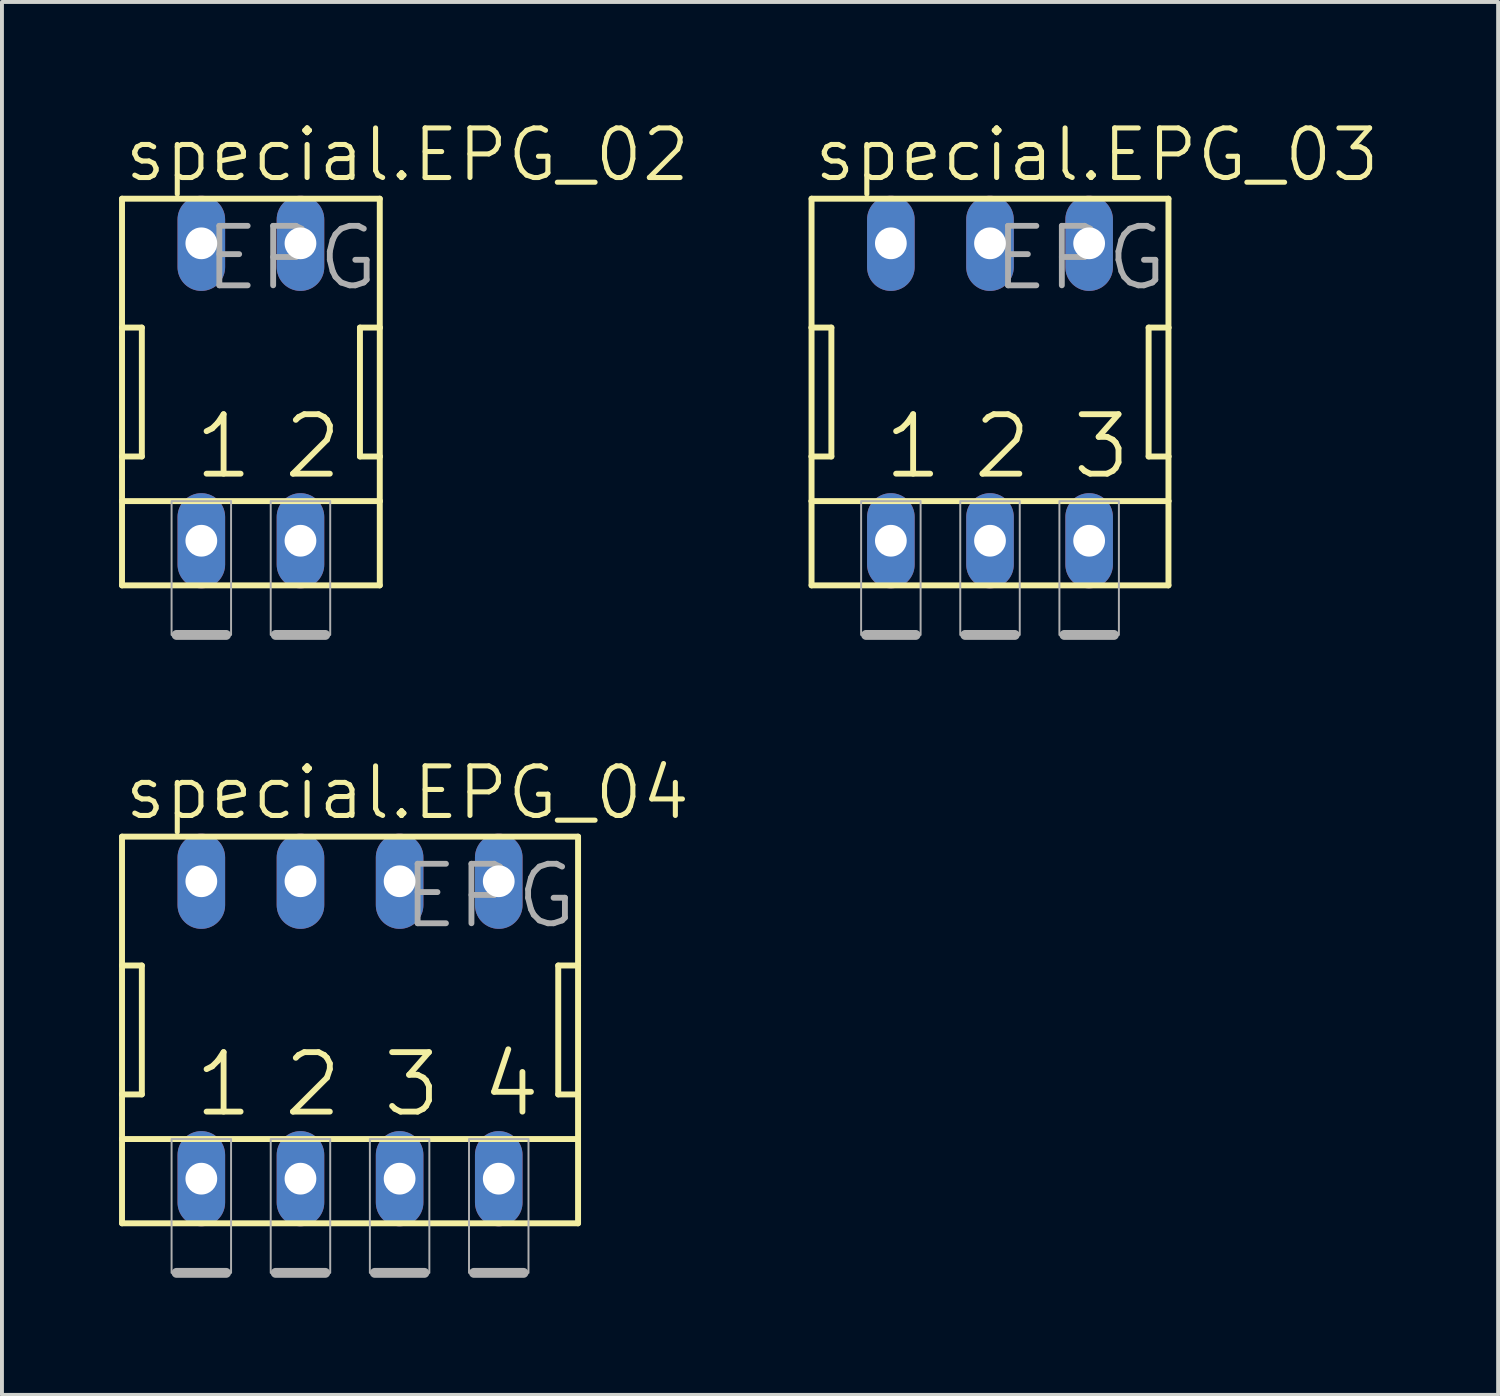
<source format=kicad_pcb>
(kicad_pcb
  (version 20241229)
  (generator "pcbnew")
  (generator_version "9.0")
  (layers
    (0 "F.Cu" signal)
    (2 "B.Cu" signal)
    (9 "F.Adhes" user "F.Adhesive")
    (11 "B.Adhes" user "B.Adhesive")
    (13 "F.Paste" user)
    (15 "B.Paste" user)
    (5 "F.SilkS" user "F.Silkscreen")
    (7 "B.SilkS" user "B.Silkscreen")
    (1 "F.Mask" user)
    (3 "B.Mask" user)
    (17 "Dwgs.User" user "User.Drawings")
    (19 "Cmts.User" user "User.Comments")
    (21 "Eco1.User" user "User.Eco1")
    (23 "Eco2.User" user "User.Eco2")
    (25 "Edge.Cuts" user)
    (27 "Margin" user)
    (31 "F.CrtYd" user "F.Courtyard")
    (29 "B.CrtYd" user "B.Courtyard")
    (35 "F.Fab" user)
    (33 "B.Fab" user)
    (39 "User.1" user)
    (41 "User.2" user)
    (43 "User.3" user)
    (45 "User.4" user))
  (footprint "special.EPG_02"
    (layer "F.Cu")
    (at 3.378 6.994)
    (property "Reference" "special.EPG_02" (at -3.302 -5.334 0) (layer "F.SilkS") (effects (font (size 1.27 1.27) (thickness 0.13)) (justify left bottom)))
    (attr through_hole)
    (fp_line (start -3.302 -4.953) (end -3.302 -1.651) (stroke (width 0.152) (type default)) (layer "F.SilkS"))
    (fp_line (start -3.302 -1.651) (end -3.302 1.651) (stroke (width 0.152) (type default)) (layer "F.SilkS"))
    (fp_line (start -3.302 1.651) (end -3.302 2.794) (stroke (width 0.152) (type default)) (layer "F.SilkS"))
    (fp_line (start -3.302 1.651) (end -2.794 1.651) (stroke (width 0.152) (type default)) (layer "F.SilkS"))
    (fp_line (start -3.302 2.794) (end -3.302 4.953) (stroke (width 0.152) (type default)) (layer "F.SilkS"))
    (fp_line (start -3.302 2.794) (end 3.302 2.794) (stroke (width 0.152) (type default)) (layer "F.SilkS"))
    (fp_line (start -3.302 4.953) (end 3.302 4.953) (stroke (width 0.152) (type default)) (layer "F.SilkS"))
    (fp_line (start -2.794 -1.651) (end -3.302 -1.651) (stroke (width 0.152) (type default)) (layer "F.SilkS"))
    (fp_line (start -2.794 1.651) (end -2.794 -1.651) (stroke (width 0.152) (type default)) (layer "F.SilkS"))
    (fp_line (start 2.794 -1.651) (end 2.794 1.651) (stroke (width 0.152) (type default)) (layer "F.SilkS"))
    (fp_line (start 2.794 1.651) (end 3.302 1.651) (stroke (width 0.152) (type default)) (layer "F.SilkS"))
    (fp_line (start 3.302 -4.953) (end -3.302 -4.953) (stroke (width 0.152) (type default)) (layer "F.SilkS"))
    (fp_line (start 3.302 -1.651) (end 2.794 -1.651) (stroke (width 0.152) (type default)) (layer "F.SilkS"))
    (fp_line (start 3.302 -1.651) (end 3.302 -4.953) (stroke (width 0.152) (type default)) (layer "F.SilkS"))
    (fp_line (start 3.302 1.651) (end 3.302 -1.651) (stroke (width 0.152) (type default)) (layer "F.SilkS"))
    (fp_line (start 3.302 2.794) (end 3.302 1.651) (stroke (width 0.152) (type default)) (layer "F.SilkS"))
    (fp_line (start 3.302 4.953) (end 3.302 2.794) (stroke (width 0.152) (type default)) (layer "F.SilkS"))
    (fp_line (start -1.905 6.223) (end -0.635 6.223) (stroke (width 0.254) (type default)) (layer "F.Fab"))
    (fp_line (start 0.635 6.223) (end 1.905 6.223) (stroke (width 0.254) (type default)) (layer "F.Fab"))
    (fp_rect (start -2.032 6.223) (end -0.508 2.794) (stroke (width 0.05) (type default)) (fill no) (layer "F.Fab"))
    (fp_rect (start 0.508 6.223) (end 2.032 2.794) (stroke (width 0.05) (type default)) (fill no) (layer "F.Fab"))
    (fp_text user "1" (at -1.524 2.286 0) (layer "F.SilkS") (effects (font (size 1.524 1.524) (thickness 0.15)) (justify left bottom)))
    (fp_text user "2" (at 0.762 2.286 0) (layer "F.SilkS") (effects (font (size 1.524 1.524) (thickness 0.15)) (justify left bottom)))
    (fp_text user "EPG" (at -1.27 -2.54 0) (layer "F.Fab") (effects (font (size 1.524 1.524) (thickness 0.15)) (justify left bottom)))
    (pad "1" thru_hole oval (at -1.27 3.81 90) (size 2.438 1.219) (drill 0.813) (layers "*.Cu" "*.Mask"))
    (pad "2" thru_hole oval (at 1.27 3.81 90) (size 2.438 1.219) (drill 0.813) (layers "*.Cu" "*.Mask"))
    (pad "3" thru_hole oval (at 1.27 -3.81 90) (size 2.438 1.219) (drill 0.813) (layers "*.Cu" "*.Mask"))
    (pad "4" thru_hole oval (at -1.27 -3.81 90) (size 2.438 1.219) (drill 0.813) (layers "*.Cu" "*.Mask")))
  (footprint "special.EPG_03"
    (layer "F.Cu")
    (at 22.314 6.994)
    (property "Reference" "special.EPG_03" (at -4.572 -5.334 0) (layer "F.SilkS") (effects (font (size 1.27 1.27) (thickness 0.13)) (justify left bottom)))
    (attr through_hole)
    (fp_line (start -4.572 -4.953) (end -4.572 -1.651) (stroke (width 0.152) (type default)) (layer "F.SilkS"))
    (fp_line (start -4.572 -1.651) (end -4.572 1.651) (stroke (width 0.152) (type default)) (layer "F.SilkS"))
    (fp_line (start -4.572 1.651) (end -4.572 2.794) (stroke (width 0.152) (type default)) (layer "F.SilkS"))
    (fp_line (start -4.572 1.651) (end -4.064 1.651) (stroke (width 0.152) (type default)) (layer "F.SilkS"))
    (fp_line (start -4.572 2.794) (end -4.572 4.953) (stroke (width 0.152) (type default)) (layer "F.SilkS"))
    (fp_line (start -4.572 2.794) (end 4.572 2.794) (stroke (width 0.152) (type default)) (layer "F.SilkS"))
    (fp_line (start -4.572 4.953) (end 4.572 4.953) (stroke (width 0.152) (type default)) (layer "F.SilkS"))
    (fp_line (start -4.064 -1.651) (end -4.572 -1.651) (stroke (width 0.152) (type default)) (layer "F.SilkS"))
    (fp_line (start -4.064 1.651) (end -4.064 -1.651) (stroke (width 0.152) (type default)) (layer "F.SilkS"))
    (fp_line (start 4.064 -1.651) (end 4.064 1.651) (stroke (width 0.152) (type default)) (layer "F.SilkS"))
    (fp_line (start 4.064 1.651) (end 4.572 1.651) (stroke (width 0.152) (type default)) (layer "F.SilkS"))
    (fp_line (start 4.572 -4.953) (end -4.572 -4.953) (stroke (width 0.152) (type default)) (layer "F.SilkS"))
    (fp_line (start 4.572 -1.651) (end 4.064 -1.651) (stroke (width 0.152) (type default)) (layer "F.SilkS"))
    (fp_line (start 4.572 -1.651) (end 4.572 -4.953) (stroke (width 0.152) (type default)) (layer "F.SilkS"))
    (fp_line (start 4.572 1.651) (end 4.572 -1.651) (stroke (width 0.152) (type default)) (layer "F.SilkS"))
    (fp_line (start 4.572 2.794) (end 4.572 1.651) (stroke (width 0.152) (type default)) (layer "F.SilkS"))
    (fp_line (start 4.572 4.953) (end 4.572 2.794) (stroke (width 0.152) (type default)) (layer "F.SilkS"))
    (fp_line (start -3.175 6.223) (end -1.905 6.223) (stroke (width 0.254) (type default)) (layer "F.Fab"))
    (fp_line (start -0.635 6.223) (end 0.635 6.223) (stroke (width 0.254) (type default)) (layer "F.Fab"))
    (fp_line (start 1.905 6.223) (end 3.175 6.223) (stroke (width 0.254) (type default)) (layer "F.Fab"))
    (fp_rect (start -3.302 6.223) (end -1.778 2.794) (stroke (width 0.05) (type default)) (fill no) (layer "F.Fab"))
    (fp_rect (start -0.762 6.223) (end 0.762 2.794) (stroke (width 0.05) (type default)) (fill no) (layer "F.Fab"))
    (fp_rect (start 1.778 6.223) (end 3.302 2.794) (stroke (width 0.05) (type default)) (fill no) (layer "F.Fab"))
    (fp_text user "2" (at -0.508 2.286 0) (layer "F.SilkS") (effects (font (size 1.524 1.524) (thickness 0.15)) (justify left bottom)))
    (fp_text user "3" (at 2.032 2.286 0) (layer "F.SilkS") (effects (font (size 1.524 1.524) (thickness 0.15)) (justify left bottom)))
    (fp_text user "1" (at -2.794 2.286 0) (layer "F.SilkS") (effects (font (size 1.524 1.524) (thickness 0.15)) (justify left bottom)))
    (fp_text user "EPG" (at 0 -2.54 0) (layer "F.Fab") (effects (font (size 1.524 1.524) (thickness 0.15)) (justify left bottom)))
    (pad "1" thru_hole oval (at -2.54 3.81 90) (size 2.438 1.219) (drill 0.813) (layers "*.Cu" "*.Mask"))
    (pad "2" thru_hole oval (at 0 3.81 90) (size 2.438 1.219) (drill 0.813) (layers "*.Cu" "*.Mask"))
    (pad "3" thru_hole oval (at 2.54 3.81 90) (size 2.438 1.219) (drill 0.813) (layers "*.Cu" "*.Mask"))
    (pad "4" thru_hole oval (at 2.54 -3.81 90) (size 2.438 1.219) (drill 0.813) (layers "*.Cu" "*.Mask"))
    (pad "5" thru_hole oval (at 0 -3.81 90) (size 2.438 1.219) (drill 0.813) (layers "*.Cu" "*.Mask"))
    (pad "6" thru_hole oval (at -2.54 -3.81 90) (size 2.438 1.219) (drill 0.813) (layers "*.Cu" "*.Mask")))
  (footprint "special.EPG_04"
    (layer "F.Cu")
    (at 5.918 23.338)
    (property "Reference" "special.EPG_04" (at -5.842 -5.334 0) (layer "F.SilkS") (effects (font (size 1.27 1.27) (thickness 0.13)) (justify left bottom)))
    (attr through_hole)
    (fp_line (start -5.842 -4.953) (end -5.842 -1.651) (stroke (width 0.152) (type default)) (layer "F.SilkS"))
    (fp_line (start -5.842 -1.651) (end -5.842 1.651) (stroke (width 0.152) (type default)) (layer "F.SilkS"))
    (fp_line (start -5.842 1.651) (end -5.842 2.794) (stroke (width 0.152) (type default)) (layer "F.SilkS"))
    (fp_line (start -5.842 1.651) (end -5.334 1.651) (stroke (width 0.152) (type default)) (layer "F.SilkS"))
    (fp_line (start -5.842 2.794) (end -5.842 4.953) (stroke (width 0.152) (type default)) (layer "F.SilkS"))
    (fp_line (start -5.842 2.794) (end 5.842 2.794) (stroke (width 0.152) (type default)) (layer "F.SilkS"))
    (fp_line (start -5.842 4.953) (end 5.842 4.953) (stroke (width 0.152) (type default)) (layer "F.SilkS"))
    (fp_line (start -5.334 -1.651) (end -5.842 -1.651) (stroke (width 0.152) (type default)) (layer "F.SilkS"))
    (fp_line (start -5.334 1.651) (end -5.334 -1.651) (stroke (width 0.152) (type default)) (layer "F.SilkS"))
    (fp_line (start 5.334 -1.651) (end 5.334 1.651) (stroke (width 0.152) (type default)) (layer "F.SilkS"))
    (fp_line (start 5.334 1.651) (end 5.842 1.651) (stroke (width 0.152) (type default)) (layer "F.SilkS"))
    (fp_line (start 5.842 -4.953) (end -5.842 -4.953) (stroke (width 0.152) (type default)) (layer "F.SilkS"))
    (fp_line (start 5.842 -1.651) (end 5.334 -1.651) (stroke (width 0.152) (type default)) (layer "F.SilkS"))
    (fp_line (start 5.842 -1.651) (end 5.842 -4.953) (stroke (width 0.152) (type default)) (layer "F.SilkS"))
    (fp_line (start 5.842 1.651) (end 5.842 -1.651) (stroke (width 0.152) (type default)) (layer "F.SilkS"))
    (fp_line (start 5.842 2.794) (end 5.842 1.651) (stroke (width 0.152) (type default)) (layer "F.SilkS"))
    (fp_line (start 5.842 4.953) (end 5.842 2.794) (stroke (width 0.152) (type default)) (layer "F.SilkS"))
    (fp_line (start -4.445 6.223) (end -3.175 6.223) (stroke (width 0.254) (type default)) (layer "F.Fab"))
    (fp_line (start -1.905 6.223) (end -0.635 6.223) (stroke (width 0.254) (type default)) (layer "F.Fab"))
    (fp_line (start 0.635 6.223) (end 1.905 6.223) (stroke (width 0.254) (type default)) (layer "F.Fab"))
    (fp_line (start 3.175 6.223) (end 4.445 6.223) (stroke (width 0.254) (type default)) (layer "F.Fab"))
    (fp_rect (start -4.572 6.223) (end -3.048 2.794) (stroke (width 0.05) (type default)) (fill no) (layer "F.Fab"))
    (fp_rect (start -2.032 6.223) (end -0.508 2.794) (stroke (width 0.05) (type default)) (fill no) (layer "F.Fab"))
    (fp_rect (start 0.508 6.223) (end 2.032 2.794) (stroke (width 0.05) (type default)) (fill no) (layer "F.Fab"))
    (fp_rect (start 3.048 6.223) (end 4.572 2.794) (stroke (width 0.05) (type default)) (fill no) (layer "F.Fab"))
    (fp_text user "3" (at 0.762 2.286 0) (layer "F.SilkS") (effects (font (size 1.524 1.524) (thickness 0.15)) (justify left bottom)))
    (fp_text user "4" (at 3.302 2.286 0) (layer "F.SilkS") (effects (font (size 1.524 1.524) (thickness 0.15)) (justify left bottom)))
    (fp_text user "2" (at -1.778 2.286 0) (layer "F.SilkS") (effects (font (size 1.524 1.524) (thickness 0.15)) (justify left bottom)))
    (fp_text user "1" (at -4.064 2.286 0) (layer "F.SilkS") (effects (font (size 1.524 1.524) (thickness 0.15)) (justify left bottom)))
    (fp_text user "EPG" (at 1.27 -2.54 0) (layer "F.Fab") (effects (font (size 1.524 1.524) (thickness 0.15)) (justify left bottom)))
    (pad "1" thru_hole oval (at -3.81 3.81 90) (size 2.438 1.219) (drill 0.813) (layers "*.Cu" "*.Mask"))
    (pad "2" thru_hole oval (at -1.27 3.81 90) (size 2.438 1.219) (drill 0.813) (layers "*.Cu" "*.Mask"))
    (pad "3" thru_hole oval (at 1.27 3.81 90) (size 2.438 1.219) (drill 0.813) (layers "*.Cu" "*.Mask"))
    (pad "4" thru_hole oval (at 3.81 3.81 90) (size 2.438 1.219) (drill 0.813) (layers "*.Cu" "*.Mask"))
    (pad "5" thru_hole oval (at 3.81 -3.81 90) (size 2.438 1.219) (drill 0.813) (layers "*.Cu" "*.Mask"))
    (pad "6" thru_hole oval (at 1.27 -3.81 90) (size 2.438 1.219) (drill 0.813) (layers "*.Cu" "*.Mask"))
    (pad "7" thru_hole oval (at -1.27 -3.81 90) (size 2.438 1.219) (drill 0.813) (layers "*.Cu" "*.Mask"))
    (pad "8" thru_hole oval (at -3.81 -3.81 90) (size 2.438 1.219) (drill 0.813) (layers "*.Cu" "*.Mask")))
  (gr_rect
    (start -3 -3)
    (end 35.332 32.688)
    (stroke (width 0.1) (type default))
    (fill no)
    (layer "Edge.Cuts")))
</source>
